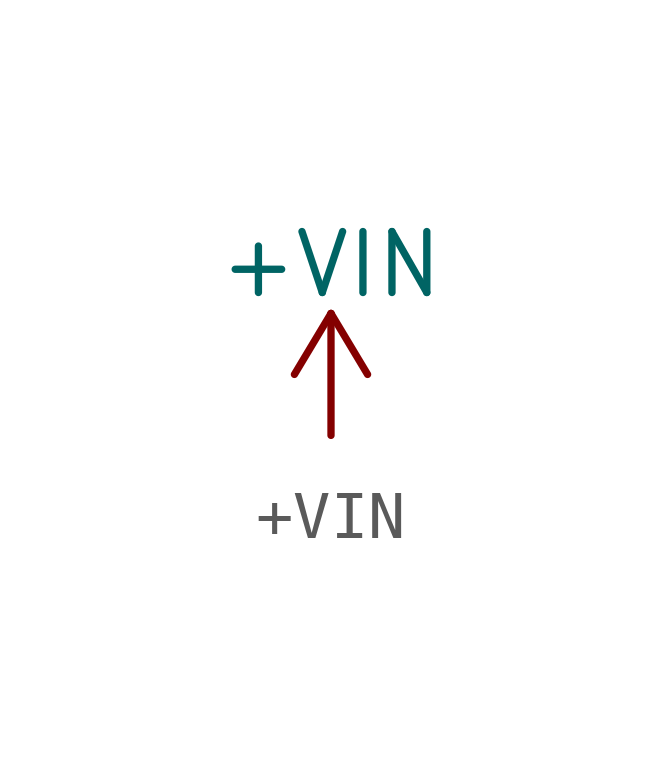
<source format=kicad_sym>
(kicad_symbol_lib
  (version 20220914)
  (generator kicad_symbol_editor)
  (symbol "+VIN"
    (power)
    (pin_names
      (offset 0))
    (property "Reference" "#PWR"
      (at 0 -3.81 0)
      (effects (font (size 1.27 1.27)) hide))
    (property "Value" "+VIN"
      (at 0 3.556 0)
      (effects (font (size 1.27 1.27))))
    (symbol "+VIN_0_1"
      (polyline (pts (xy -0.762 1.27) (xy 0 2.54)) (stroke (width 0) (type default)) (fill (type none)))
      (polyline (pts (xy 0 0) (xy 0 2.54)) (stroke (width 0) (type default)) (fill (type none)))
      (polyline (pts (xy 0 2.54) (xy 0.762 1.27)) (stroke (width 0) (type default)) (fill (type none))))
    (symbol "+VIN_1_1"
      (pin power_in line (at 0 0 90) (length 0) hide (name "+9V" (effects (font (size 1.27 1.27)))) (number "1" (effects (font (size 1.27 1.27))))))))
</source>
